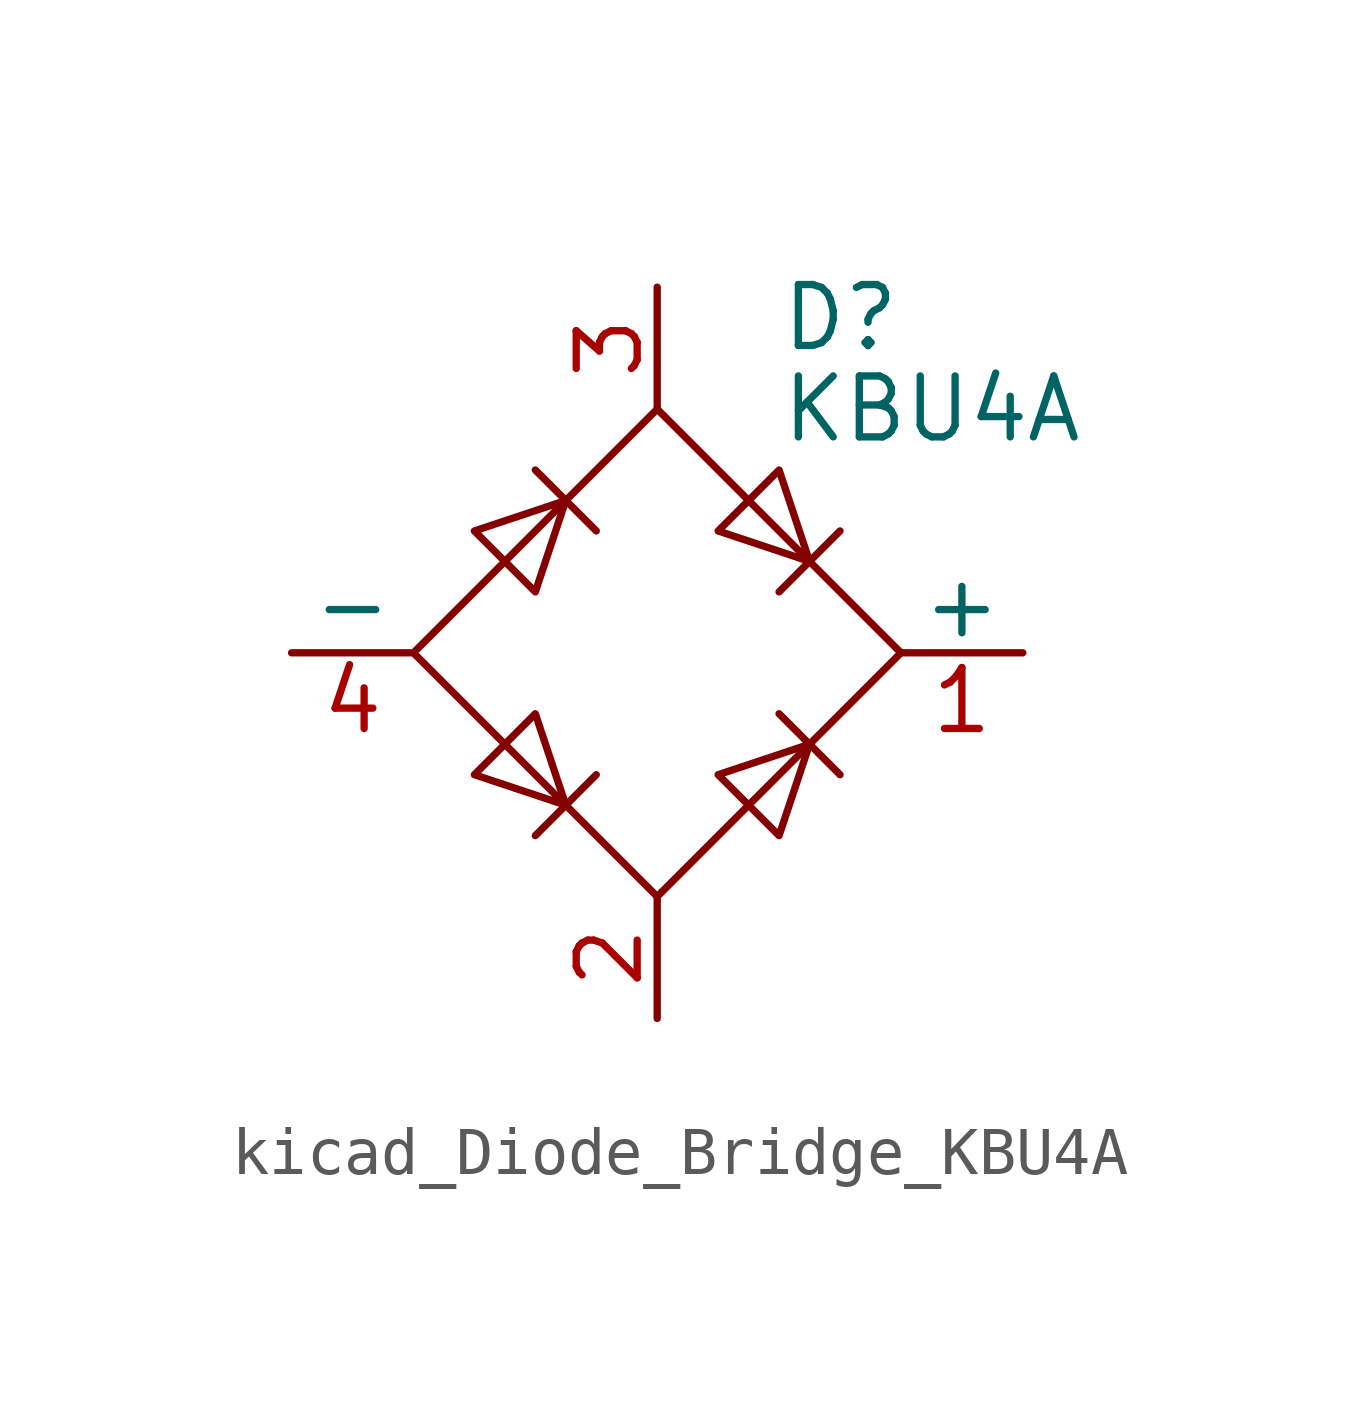
<source format=kicad_sym>
(kicad_symbol_lib
  (version 20220914)
  (generator kicad_symbol_editor)
  (symbol "kicad_Diode_Bridge_KBU4A"
    (pin_names
      (offset 0))
    (property "Reference" "D"
      (at 2.54 6.985 0)
      (effects (font (size 1.27 1.27)) (justify left)))
    (property "Value" "KBU4A"
      (at 2.54 5.08 0)
      (effects (font (size 1.27 1.27)) (justify left)))
    (symbol "kicad_Diode_Bridge_KBU4A_0_1"
      (polyline (pts (xy -2.54 3.81) (xy -1.27 2.54)) (stroke (width 0) (type default)) (fill (type none)))
      (polyline (pts (xy -1.27 -2.54) (xy -2.54 -3.81)) (stroke (width 0) (type default)) (fill (type none)))
      (polyline (pts (xy 2.54 -1.27) (xy 3.81 -2.54)) (stroke (width 0) (type default)) (fill (type none)))
      (polyline (pts (xy 2.54 1.27) (xy 3.81 2.54)) (stroke (width 0) (type default)) (fill (type none)))
      (polyline (pts (xy -3.81 2.54) (xy -2.54 1.27) (xy -1.905 3.175) (xy -3.81 2.54)) (stroke (width 0) (type default)) (fill (type none)))
      (polyline (pts (xy -2.54 -1.27) (xy -3.81 -2.54) (xy -1.905 -3.175) (xy -2.54 -1.27)) (stroke (width 0) (type default)) (fill (type none)))
      (polyline (pts (xy 1.27 2.54) (xy 2.54 3.81) (xy 3.175 1.905) (xy 1.27 2.54)) (stroke (width 0) (type default)) (fill (type none)))
      (polyline (pts (xy 3.175 -1.905) (xy 1.27 -2.54) (xy 2.54 -3.81) (xy 3.175 -1.905)) (stroke (width 0) (type default)) (fill (type none)))
      (polyline (pts (xy -5.08 0) (xy 0 -5.08) (xy 5.08 0) (xy 0 5.08) (xy -5.08 0)) (stroke (width 0) (type default)) (fill (type none))))
    (symbol "kicad_Diode_Bridge_KBU4A_1_1"
      (pin passive line (at 7.62 0 180) (length 2.54) (name "+" (effects (font (size 1.27 1.27)))) (number "1" (effects (font (size 1.27 1.27)))))
      (pin passive line (at 0 -7.62 90) (length 2.54) (name "~" (effects (font (size 1.27 1.27)))) (number "2" (effects (font (size 1.27 1.27)))))
      (pin passive line (at 0 7.62 270) (length 2.54) (name "~" (effects (font (size 1.27 1.27)))) (number "3" (effects (font (size 1.27 1.27)))))
      (pin passive line (at -7.62 0 0) (length 2.54) (name "-" (effects (font (size 1.27 1.27)))) (number "4" (effects (font (size 1.27 1.27))))))))
</source>
